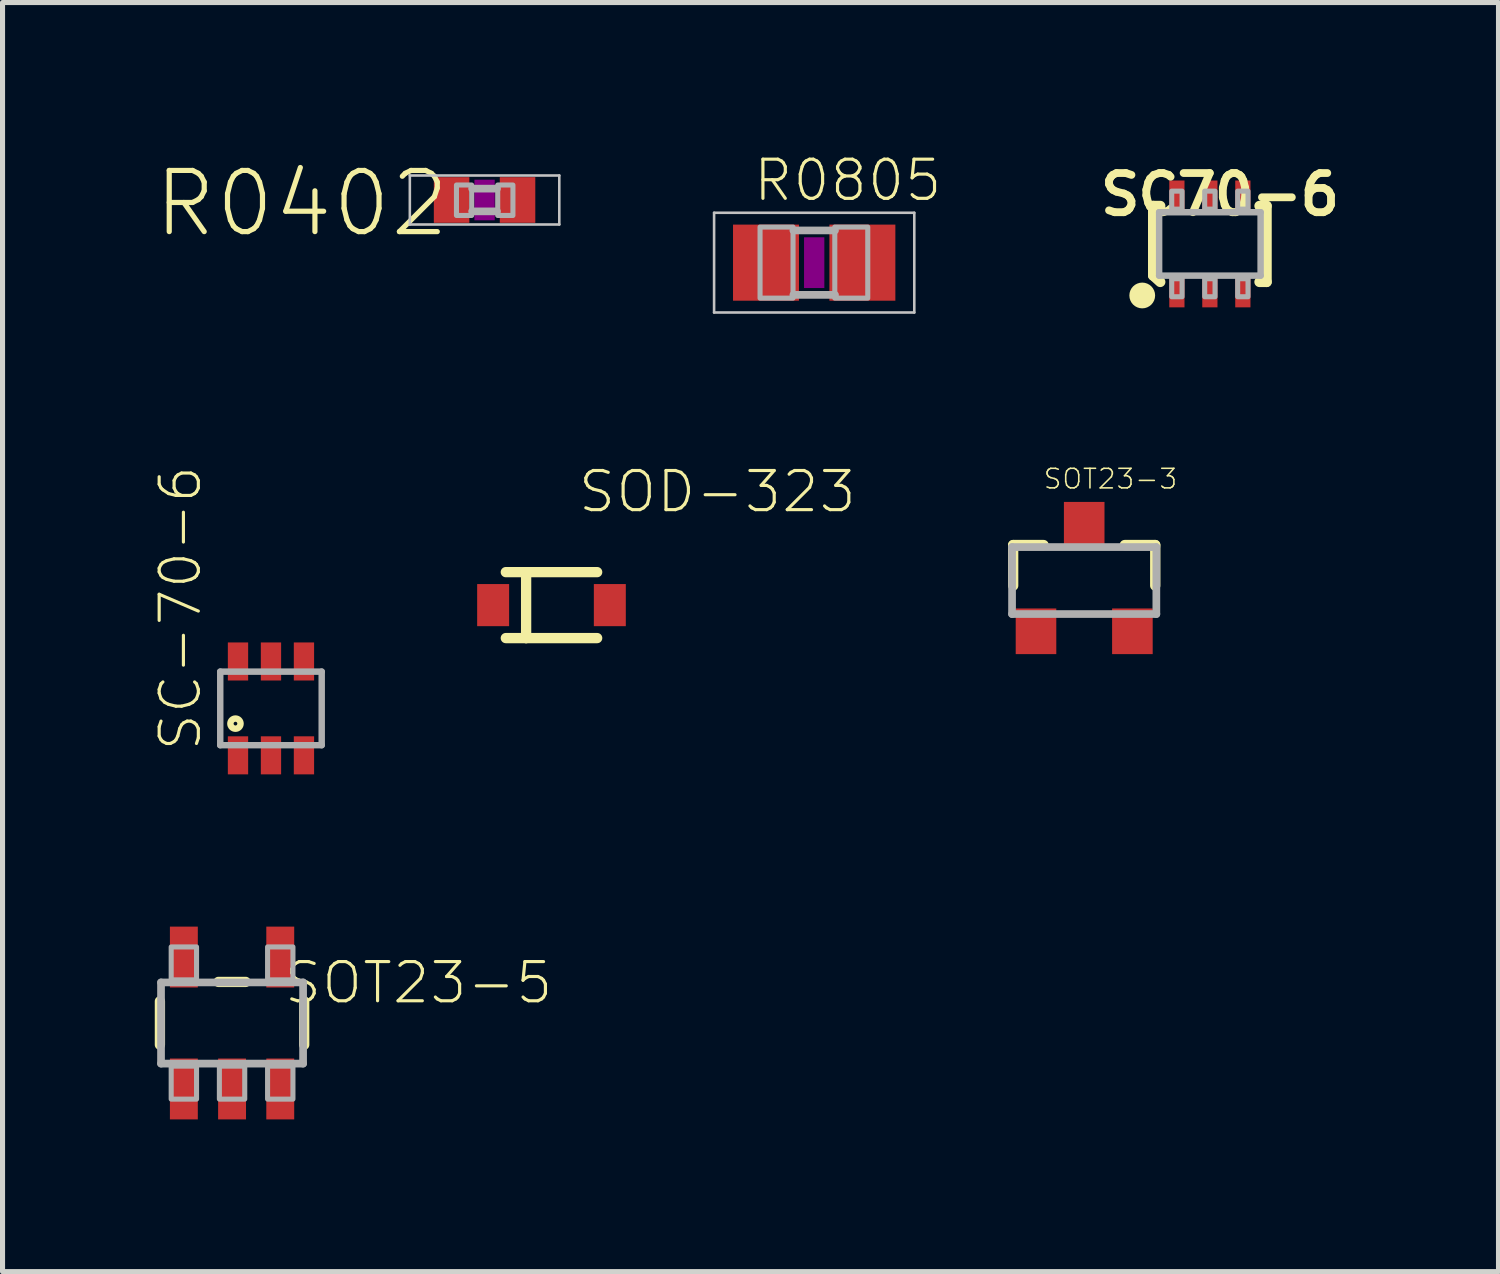
<source format=kicad_pcb>
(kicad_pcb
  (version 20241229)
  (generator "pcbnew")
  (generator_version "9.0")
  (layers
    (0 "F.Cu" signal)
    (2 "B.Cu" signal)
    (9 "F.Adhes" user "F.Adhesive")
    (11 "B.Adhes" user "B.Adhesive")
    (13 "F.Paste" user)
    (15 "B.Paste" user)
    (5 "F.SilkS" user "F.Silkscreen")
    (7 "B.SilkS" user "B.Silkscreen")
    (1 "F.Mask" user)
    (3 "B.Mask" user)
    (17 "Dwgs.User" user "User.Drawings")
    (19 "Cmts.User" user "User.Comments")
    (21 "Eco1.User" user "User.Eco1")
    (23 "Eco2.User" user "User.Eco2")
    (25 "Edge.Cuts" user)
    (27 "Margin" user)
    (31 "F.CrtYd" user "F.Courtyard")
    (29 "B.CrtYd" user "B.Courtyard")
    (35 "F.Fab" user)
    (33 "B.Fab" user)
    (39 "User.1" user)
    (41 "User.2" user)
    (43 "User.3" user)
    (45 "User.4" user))
  (footprint "SOD-323"
    (layer "F.Cu")
    (at 7.82 8.877)
    (property "Reference" "SOD-323" (at 0.489 -1.784 180) (layer "F.SilkS") (effects (font (size 0.772 0.772) (thickness 0.062)) (justify left bottom)))
    (attr through_hole)
    (fp_line (start -0.9 -0.65) (end -0.5 -0.65) (stroke (width 0.203) (type solid)) (layer "F.SilkS"))
    (fp_line (start -0.9 0.65) (end -0.5 0.65) (stroke (width 0.203) (type solid)) (layer "F.SilkS"))
    (fp_line (start -0.5 -0.65) (end -0.5 0.65) (stroke (width 0.203) (type solid)) (layer "F.SilkS"))
    (fp_line (start -0.5 -0.65) (end 0.9 -0.65) (stroke (width 0.203) (type solid)) (layer "F.SilkS"))
    (fp_line (start -0.5 0.65) (end 0.9 0.65) (stroke (width 0.203) (type solid)) (layer "F.SilkS"))
    (pad "A" smd rect (at 1.15 0) (size 0.63 0.83) (layers "F.Cu" "F.Mask" "F.Paste"))
    (pad "C" smd rect (at -1.15 0) (size 0.63 0.83) (layers "F.Cu" "F.Mask" "F.Paste")))
  (footprint "SOT23-5"
    (layer "F.Cu")
    (at 1.524 17.114)
    (property "Reference" "SOT23-5" (at 0.989 -0.341 180) (layer "F.SilkS") (effects (font (size 0.772 0.772) (thickness 0.062)) (justify left bottom)))
    (attr through_hole)
    (fp_line (start -1.422 0.429) (end -1.422 -0.429) (stroke (width 0.203) (type solid)) (layer "F.SilkS"))
    (fp_line (start -0.268 -0.81) (end 0.268 -0.81) (stroke (width 0.203) (type solid)) (layer "F.SilkS"))
    (fp_line (start 1.422 -0.429) (end 1.422 0.429) (stroke (width 0.203) (type solid)) (layer "F.SilkS"))
    (fp_line (start -1.4 -0.8) (end -1.4 0.8) (stroke (width 0.152) (type solid)) (layer "F.Fab"))
    (fp_line (start -1.4 -0.8) (end 1.4 -0.8) (stroke (width 0.152) (type solid)) (layer "F.Fab"))
    (fp_line (start 1.4 -0.8) (end 1.4 0.8) (stroke (width 0.152) (type solid)) (layer "F.Fab"))
    (fp_line (start 1.4 0.8) (end -1.4 0.8) (stroke (width 0.152) (type solid)) (layer "F.Fab"))
    (fp_poly (pts (xy -1.2 -0.85) (xy -0.7 -0.85) (xy -0.7 -1.5) (xy -1.2 -1.5)) (stroke (width 0.1) (type solid)) (fill no) (layer "F.Fab"))
    (fp_poly (pts (xy -1.2 1.5) (xy -0.7 1.5) (xy -0.7 0.85) (xy -1.2 0.85)) (stroke (width 0.1) (type solid)) (fill no) (layer "F.Fab"))
    (fp_poly (pts (xy -0.25 1.5) (xy 0.25 1.5) (xy 0.25 0.85) (xy -0.25 0.85)) (stroke (width 0.1) (type solid)) (fill no) (layer "F.Fab"))
    (fp_poly (pts (xy 0.7 -0.85) (xy 1.2 -0.85) (xy 1.2 -1.5) (xy 0.7 -1.5)) (stroke (width 0.1) (type solid)) (fill no) (layer "F.Fab"))
    (fp_poly (pts (xy 0.7 1.5) (xy 1.2 1.5) (xy 1.2 0.85) (xy 0.7 0.85)) (stroke (width 0.1) (type solid)) (fill no) (layer "F.Fab"))
    (pad "1" smd rect (at -0.95 1.3) (size 0.55 1.2) (layers "F.Cu" "F.Mask" "F.Paste"))
    (pad "2" smd rect (at 0 1.3) (size 0.55 1.2) (layers "F.Cu" "F.Mask" "F.Paste"))
    (pad "3" smd rect (at 0.95 1.3) (size 0.55 1.2) (layers "F.Cu" "F.Mask" "F.Paste"))
    (pad "4" smd rect (at 0.95 -1.3) (size 0.55 1.2) (layers "F.Cu" "F.Mask" "F.Paste"))
    (pad "5" smd rect (at -0.95 -1.3) (size 0.55 1.2) (layers "F.Cu" "F.Mask" "F.Paste")))
  (footprint "SC70-6"
    (layer "F.Cu")
    (at 20.797 1.758)
    (property "Reference" "SC70-6" (at 0.2 -0.523 0) (layer "F.SilkS") (effects (font (size 0.772 0.772) (thickness 0.154)) (justify bottom)))
    (attr through_hole)
    (fp_line (start -1.118 -0.749) (end -1.118 0.622) (stroke (width 0.203) (type solid)) (layer "F.SilkS"))
    (fp_line (start -1.118 0.622) (end -0.978 0.749) (stroke (width 0.203) (type solid)) (layer "F.SilkS"))
    (fp_line (start -0.978 -0.749) (end -1.118 -0.749) (stroke (width 0.203) (type solid)) (layer "F.SilkS"))
    (fp_line (start 0.978 0.749) (end 1.118 0.749) (stroke (width 0.203) (type solid)) (layer "F.SilkS"))
    (fp_line (start 1.118 -0.749) (end 0.978 -0.749) (stroke (width 0.203) (type solid)) (layer "F.SilkS"))
    (fp_line (start 1.118 0.749) (end 1.118 -0.749) (stroke (width 0.203) (type solid)) (layer "F.SilkS"))
    (fp_circle (center -1.333 1.016) (end -1.206 1.016) (stroke (width 0.254) (type solid)) (fill no) (layer "F.SilkS"))
    (fp_line (start -1 -0.625) (end -1 0.625) (stroke (width 0.127) (type solid)) (layer "F.Fab"))
    (fp_line (start -1 0.625) (end 1 0.625) (stroke (width 0.127) (type solid)) (layer "F.Fab"))
    (fp_line (start 1 -0.625) (end -1 -0.625) (stroke (width 0.127) (type solid)) (layer "F.Fab"))
    (fp_line (start 1 0.625) (end 1 -0.625) (stroke (width 0.127) (type solid)) (layer "F.Fab"))
    (fp_poly (pts (xy -0.752 -0.686) (xy -0.548 -0.686) (xy -0.548 -1.041) (xy -0.752 -1.041)) (stroke (width 0.1) (type solid)) (fill no) (layer "F.Fab"))
    (fp_poly (pts (xy -0.752 1.041) (xy -0.548 1.041) (xy -0.548 0.686) (xy -0.752 0.686)) (stroke (width 0.1) (type solid)) (fill no) (layer "F.Fab"))
    (fp_poly (pts (xy -0.102 -0.686) (xy 0.102 -0.686) (xy 0.102 -1.041) (xy -0.102 -1.041)) (stroke (width 0.1) (type solid)) (fill no) (layer "F.Fab"))
    (fp_poly (pts (xy -0.102 1.041) (xy 0.102 1.041) (xy 0.102 0.686) (xy -0.102 0.686)) (stroke (width 0.1) (type solid)) (fill no) (layer "F.Fab"))
    (fp_poly (pts (xy 0.548 -0.686) (xy 0.752 -0.686) (xy 0.752 -1.041) (xy 0.548 -1.041)) (stroke (width 0.1) (type solid)) (fill no) (layer "F.Fab"))
    (fp_poly (pts (xy 0.548 1.041) (xy 0.752 1.041) (xy 0.752 0.686) (xy 0.548 0.686)) (stroke (width 0.1) (type solid)) (fill no) (layer "F.Fab"))
    (pad "1" smd rect (at -0.65 0.92 180) (size 0.3 0.66) (layers "F.Cu" "F.Mask" "F.Paste"))
    (pad "2" smd rect (at 0 0.92 180) (size 0.3 0.66) (layers "F.Cu" "F.Mask" "F.Paste"))
    (pad "3" smd rect (at 0.65 0.92 180) (size 0.3 0.66) (layers "F.Cu" "F.Mask" "F.Paste"))
    (pad "4" smd rect (at 0.65 -0.92) (size 0.3 0.66) (layers "F.Cu" "F.Mask" "F.Paste"))
    (pad "5" smd rect (at 0 -0.92) (size 0.3 0.66) (layers "F.Cu" "F.Mask" "F.Paste"))
    (pad "6" smd rect (at -0.65 -0.92) (size 0.3 0.66) (layers "F.Cu" "F.Mask" "F.Paste")))
  (footprint "R0402"
    (layer "F.Cu")
    (at 6.501 0.892)
    (property "Reference" "R0402" (at -0.635 -0.635 0) (layer "F.SilkS") (effects (font (size 1.206 1.206) (thickness 0.102)) (justify right top)))
    (attr through_hole)
    (fp_poly (pts (xy -0.2 0.4) (xy 0.2 0.4) (xy 0.2 -0.4) (xy -0.2 -0.4)) (stroke (width 0) (type solid)) (fill yes) (layer "F.Adhes"))
    (fp_line (start -1.473 -0.483) (end 1.473 -0.483) (stroke (width 0.051) (type solid)) (layer "Dwgs.User"))
    (fp_line (start -1.473 0.483) (end -1.473 -0.483) (stroke (width 0.051) (type solid)) (layer "Dwgs.User"))
    (fp_line (start 1.473 -0.483) (end 1.473 0.483) (stroke (width 0.051) (type solid)) (layer "Dwgs.User"))
    (fp_line (start 1.473 0.483) (end -1.473 0.483) (stroke (width 0.051) (type solid)) (layer "Dwgs.User"))
    (fp_line (start -0.245 -0.224) (end 0.245 -0.224) (stroke (width 0.152) (type solid)) (layer "F.Fab"))
    (fp_line (start 0.245 0.224) (end -0.245 0.224) (stroke (width 0.152) (type solid)) (layer "F.Fab"))
    (fp_poly (pts (xy -0.554 0.305) (xy -0.254 0.305) (xy -0.254 -0.295) (xy -0.554 -0.295)) (stroke (width 0.1) (type solid)) (fill no) (layer "F.Fab"))
    (fp_poly (pts (xy 0.259 0.305) (xy 0.559 0.305) (xy 0.559 -0.295) (xy 0.259 -0.295)) (stroke (width 0.1) (type solid)) (fill no) (layer "F.Fab"))
    (pad "1" smd rect (at -0.65 0) (size 0.7 0.9) (layers "F.Cu" "F.Mask" "F.Paste"))
    (pad "2" smd rect (at 0.65 0) (size 0.7 0.9) (layers "F.Cu" "F.Mask" "F.Paste")))
  (footprint "SOT23-3"
    (layer "F.Cu")
    (at 18.32 8.393)
    (property "Reference" "SOT23-3" (at -0.826 -1.778 0) (layer "F.SilkS") (effects (font (size 0.386 0.386) (thickness 0.031)) (justify left bottom)))
    (attr through_hole)
    (fp_line (start -1.4 -0.7) (end -1.4 0.1) (stroke (width 0.203) (type solid)) (layer "F.SilkS"))
    (fp_line (start -0.8 -0.7) (end -1.4 -0.7) (stroke (width 0.203) (type solid)) (layer "F.SilkS"))
    (fp_line (start 0.8 -0.7) (end 1.4 -0.7) (stroke (width 0.203) (type solid)) (layer "F.SilkS"))
    (fp_line (start 1.4 -0.7) (end 1.4 0.1) (stroke (width 0.203) (type solid)) (layer "F.SilkS"))
    (fp_line (start -1.422 -0.66) (end 1.422 -0.66) (stroke (width 0.152) (type solid)) (layer "F.Fab"))
    (fp_line (start -1.422 0.66) (end -1.422 -0.66) (stroke (width 0.152) (type solid)) (layer "F.Fab"))
    (fp_line (start 1.422 -0.66) (end 1.422 0.66) (stroke (width 0.152) (type solid)) (layer "F.Fab"))
    (fp_line (start 1.422 0.66) (end -1.422 0.66) (stroke (width 0.152) (type solid)) (layer "F.Fab"))
    (pad "1" smd rect (at -0.95 1) (size 0.8 0.9) (layers "F.Cu" "F.Mask" "F.Paste"))
    (pad "2" smd rect (at 0.95 1) (size 0.8 0.9) (layers "F.Cu" "F.Mask" "F.Paste"))
    (pad "3" smd rect (at 0 -1.1) (size 0.8 0.9) (layers "F.Cu" "F.Mask" "F.Paste")))
  (footprint "SC-70-6"
    (layer "F.Cu")
    (at 2.291 10.913)
    (property "Reference" "SC-70-6" (at -1.334 0.879 270) (layer "F.SilkS") (effects (font (size 0.772 0.772) (thickness 0.062)) (justify left bottom)))
    (attr through_hole)
    (fp_circle (center -0.7 0.3) (end -0.6 0.3) (stroke (width 0.127) (type solid)) (fill no) (layer "F.SilkS"))
    (fp_poly (pts (xy -0.85 -0.55) (xy -0.45 -0.55) (xy -0.45 -1.3) (xy -0.85 -1.3)) (stroke (width 0) (type solid)) (fill yes) (layer "F.Paste"))
    (fp_poly (pts (xy -0.85 1.3) (xy -0.45 1.3) (xy -0.45 0.55) (xy -0.85 0.55)) (stroke (width 0) (type solid)) (fill yes) (layer "F.Paste"))
    (fp_poly (pts (xy -0.85 1.3) (xy -0.45 1.3) (xy -0.45 0.55) (xy -0.85 0.55)) (stroke (width 0) (type solid)) (fill yes) (layer "F.Paste"))
    (fp_poly (pts (xy -0.85 1.3) (xy -0.45 1.3) (xy -0.45 0.55) (xy -0.85 0.55)) (stroke (width 0) (type solid)) (fill yes) (layer "F.Paste"))
    (fp_poly (pts (xy -0.201 1.3) (xy 0.199 1.3) (xy 0.199 0.55) (xy -0.201 0.55)) (stroke (width 0) (type solid)) (fill yes) (layer "F.Paste"))
    (fp_poly (pts (xy -0.2 -0.55) (xy 0.2 -0.55) (xy 0.2 -1.3) (xy -0.2 -1.3)) (stroke (width 0) (type solid)) (fill yes) (layer "F.Paste"))
    (fp_poly (pts (xy 0.45 -0.55) (xy 0.85 -0.55) (xy 0.85 -1.3) (xy 0.45 -1.3)) (stroke (width 0) (type solid)) (fill yes) (layer "F.Paste"))
    (fp_poly (pts (xy 0.45 1.3) (xy 0.85 1.3) (xy 0.85 0.55) (xy 0.45 0.55)) (stroke (width 0) (type solid)) (fill yes) (layer "F.Paste"))
    (fp_line (start -1 -0.725) (end 1 -0.725) (stroke (width 0.127) (type solid)) (layer "F.Fab"))
    (fp_line (start -1 0.725) (end -1 -0.725) (stroke (width 0.127) (type solid)) (layer "F.Fab"))
    (fp_line (start -1 0.725) (end 1 0.725) (stroke (width 0.127) (type solid)) (layer "F.Fab"))
    (fp_line (start 1 -0.725) (end 1 0.725) (stroke (width 0.127) (type solid)) (layer "F.Fab"))
    (pad "1" smd rect (at -0.65 0.925) (size 0.4 0.75) (layers "F.Cu" "F.Mask"))
    (pad "2" smd rect (at 0 0.925) (size 0.4 0.75) (layers "F.Cu" "F.Mask"))
    (pad "3" smd rect (at 0.65 0.925) (size 0.4 0.75) (layers "F.Cu" "F.Mask"))
    (pad "4" smd rect (at 0.65 -0.925) (size 0.4 0.75) (layers "F.Cu" "F.Mask"))
    (pad "5" smd rect (at 0 -0.925) (size 0.4 0.75) (layers "F.Cu" "F.Mask"))
    (pad "6" smd rect (at -0.65 -0.925) (size 0.4 0.75) (layers "F.Cu" "F.Mask")))
  (footprint "R0805"
    (layer "F.Cu")
    (at 12.998 2.127)
    (property "Reference" "R0805" (at -1.235 -1.17 180) (layer "F.SilkS") (effects (font (size 0.772 0.772) (thickness 0.062)) (justify left bottom)))
    (attr through_hole)
    (fp_poly (pts (xy -0.2 0.5) (xy 0.2 0.5) (xy 0.2 -0.5) (xy -0.2 -0.5)) (stroke (width 0) (type solid)) (fill yes) (layer "F.Adhes"))
    (fp_line (start -1.973 -0.983) (end 1.973 -0.983) (stroke (width 0.051) (type solid)) (layer "Dwgs.User"))
    (fp_line (start -1.973 0.983) (end -1.973 -0.983) (stroke (width 0.051) (type solid)) (layer "Dwgs.User"))
    (fp_line (start 1.973 -0.983) (end 1.973 0.983) (stroke (width 0.051) (type solid)) (layer "Dwgs.User"))
    (fp_line (start 1.973 0.983) (end -1.973 0.983) (stroke (width 0.051) (type solid)) (layer "Dwgs.User"))
    (fp_line (start -0.41 -0.635) (end 0.41 -0.635) (stroke (width 0.152) (type solid)) (layer "F.Fab"))
    (fp_line (start -0.41 0.635) (end 0.41 0.635) (stroke (width 0.152) (type solid)) (layer "F.Fab"))
    (fp_poly (pts (xy -1.067 0.699) (xy -0.417 0.699) (xy -0.417 -0.702) (xy -1.067 -0.702)) (stroke (width 0.1) (type solid)) (fill no) (layer "F.Fab"))
    (fp_poly (pts (xy 0.406 0.699) (xy 1.056 0.699) (xy 1.056 -0.702) (xy 0.406 -0.702)) (stroke (width 0.1) (type solid)) (fill no) (layer "F.Fab"))
    (pad "1" smd rect (at -0.95 0) (size 1.3 1.5) (layers "F.Cu" "F.Mask" "F.Paste"))
    (pad "2" smd rect (at 0.95 0) (size 1.3 1.5) (layers "F.Cu" "F.Mask" "F.Paste")))
  (gr_rect
    (start -3 -3)
    (end 26.486 22.014)
    (stroke (width 0.1) (type default))
    (fill no)
    (layer "Edge.Cuts")))
</source>
